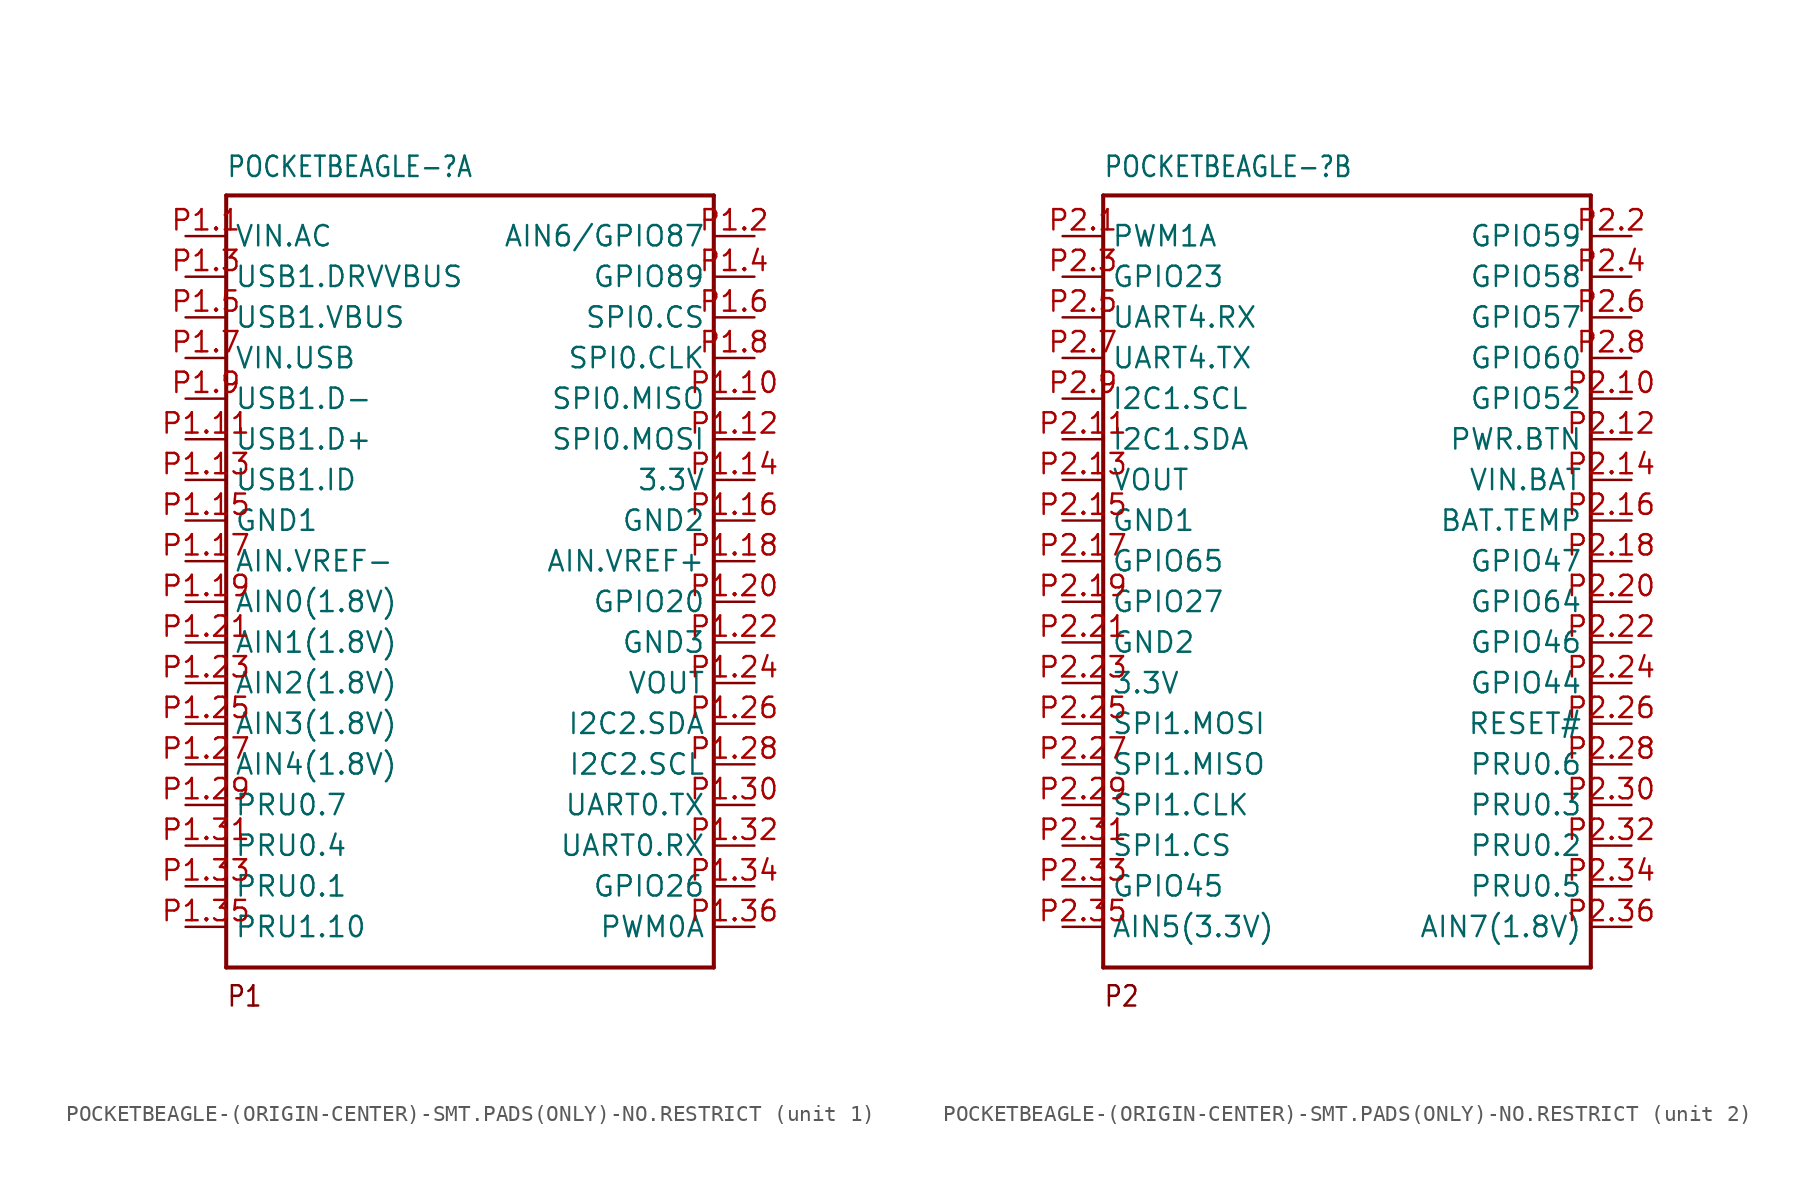
<source format=kicad_sym>
(kicad_symbol_lib
  (version 20231120)
  (generator "kicad_symbol_editor")
  (generator_version "8.0")
  (symbol "POCKETBEAGLE-(ORIGIN-CENTER)-SMT.PADS(ONLY)-NO.RESTRICT"
    (property "Reference" "POCKETBEAGLE-"
      (at -15.24 27.94 0)
      (effects (font (size 1.27 1.079)) (justify left top)))
    (property "ki_locked" ""
      (at 0 0 0)
      (effects (font (size 1.27 1.27))))
    (symbol "POCKETBEAGLE-(ORIGIN-CENTER)-SMT.PADS(ONLY)-NO.RESTRICT_1_0"
      (polyline (pts (xy -15.24 -22.86) (xy -15.24 25.4)) (stroke (width 0.254) (type solid)) (fill (type none)))
      (polyline (pts (xy -15.24 25.4) (xy 15.24 25.4)) (stroke (width 0.254) (type solid)) (fill (type none)))
      (polyline (pts (xy 15.24 -22.86) (xy -15.24 -22.86)) (stroke (width 0.254) (type solid)) (fill (type none)))
      (polyline (pts (xy 15.24 25.4) (xy 15.24 -22.86)) (stroke (width 0.254) (type solid)) (fill (type none)))
      (text "P1" (at -15.24 -25.4 0) (effects (font (size 1.27 1.079)) (justify left bottom)))
      (pin bidirectional line (at -17.78 22.86 0) (length 2.54) (name "VIN.AC" (effects (font (size 1.27 1.27)))) (number "P1.1" (effects (font (size 1.27 1.27)))))
      (pin bidirectional line (at 17.78 12.7 180) (length 2.54) (name "SPI0.MISO" (effects (font (size 1.27 1.27)))) (number "P1.10" (effects (font (size 1.27 1.27)))))
      (pin bidirectional line (at -17.78 10.16 0) (length 2.54) (name "USB1.D+" (effects (font (size 1.27 1.27)))) (number "P1.11" (effects (font (size 1.27 1.27)))))
      (pin bidirectional line (at 17.78 10.16 180) (length 2.54) (name "SPI0.MOSI" (effects (font (size 1.27 1.27)))) (number "P1.12" (effects (font (size 1.27 1.27)))))
      (pin bidirectional line (at -17.78 7.62 0) (length 2.54) (name "USB1.ID" (effects (font (size 1.27 1.27)))) (number "P1.13" (effects (font (size 1.27 1.27)))))
      (pin bidirectional line (at 17.78 7.62 180) (length 2.54) (name "3.3V" (effects (font (size 1.27 1.27)))) (number "P1.14" (effects (font (size 1.27 1.27)))))
      (pin bidirectional line (at -17.78 5.08 0) (length 2.54) (name "GND1" (effects (font (size 1.27 1.27)))) (number "P1.15" (effects (font (size 1.27 1.27)))))
      (pin bidirectional line (at 17.78 5.08 180) (length 2.54) (name "GND2" (effects (font (size 1.27 1.27)))) (number "P1.16" (effects (font (size 1.27 1.27)))))
      (pin bidirectional line (at -17.78 2.54 0) (length 2.54) (name "AIN.VREF-" (effects (font (size 1.27 1.27)))) (number "P1.17" (effects (font (size 1.27 1.27)))))
      (pin bidirectional line (at 17.78 2.54 180) (length 2.54) (name "AIN.VREF+" (effects (font (size 1.27 1.27)))) (number "P1.18" (effects (font (size 1.27 1.27)))))
      (pin bidirectional line (at -17.78 0 0) (length 2.54) (name "AIN0(1.8V)" (effects (font (size 1.27 1.27)))) (number "P1.19" (effects (font (size 1.27 1.27)))))
      (pin bidirectional line (at 17.78 22.86 180) (length 2.54) (name "AIN6/GPIO87" (effects (font (size 1.27 1.27)))) (number "P1.2" (effects (font (size 1.27 1.27)))))
      (pin bidirectional line (at 17.78 0 180) (length 2.54) (name "GPIO20" (effects (font (size 1.27 1.27)))) (number "P1.20" (effects (font (size 1.27 1.27)))))
      (pin bidirectional line (at -17.78 -2.54 0) (length 2.54) (name "AIN1(1.8V)" (effects (font (size 1.27 1.27)))) (number "P1.21" (effects (font (size 1.27 1.27)))))
      (pin bidirectional line (at 17.78 -2.54 180) (length 2.54) (name "GND3" (effects (font (size 1.27 1.27)))) (number "P1.22" (effects (font (size 1.27 1.27)))))
      (pin bidirectional line (at -17.78 -5.08 0) (length 2.54) (name "AIN2(1.8V)" (effects (font (size 1.27 1.27)))) (number "P1.23" (effects (font (size 1.27 1.27)))))
      (pin bidirectional line (at 17.78 -5.08 180) (length 2.54) (name "VOUT" (effects (font (size 1.27 1.27)))) (number "P1.24" (effects (font (size 1.27 1.27)))))
      (pin bidirectional line (at -17.78 -7.62 0) (length 2.54) (name "AIN3(1.8V)" (effects (font (size 1.27 1.27)))) (number "P1.25" (effects (font (size 1.27 1.27)))))
      (pin bidirectional line (at 17.78 -7.62 180) (length 2.54) (name "I2C2.SDA" (effects (font (size 1.27 1.27)))) (number "P1.26" (effects (font (size 1.27 1.27)))))
      (pin bidirectional line (at -17.78 -10.16 0) (length 2.54) (name "AIN4(1.8V)" (effects (font (size 1.27 1.27)))) (number "P1.27" (effects (font (size 1.27 1.27)))))
      (pin bidirectional line (at 17.78 -10.16 180) (length 2.54) (name "I2C2.SCL" (effects (font (size 1.27 1.27)))) (number "P1.28" (effects (font (size 1.27 1.27)))))
      (pin bidirectional line (at -17.78 -12.7 0) (length 2.54) (name "PRU0.7" (effects (font (size 1.27 1.27)))) (number "P1.29" (effects (font (size 1.27 1.27)))))
      (pin bidirectional line (at -17.78 20.32 0) (length 2.54) (name "USB1.DRVVBUS" (effects (font (size 1.27 1.27)))) (number "P1.3" (effects (font (size 1.27 1.27)))))
      (pin bidirectional line (at 17.78 -12.7 180) (length 2.54) (name "UART0.TX" (effects (font (size 1.27 1.27)))) (number "P1.30" (effects (font (size 1.27 1.27)))))
      (pin bidirectional line (at -17.78 -15.24 0) (length 2.54) (name "PRU0.4" (effects (font (size 1.27 1.27)))) (number "P1.31" (effects (font (size 1.27 1.27)))))
      (pin bidirectional line (at 17.78 -15.24 180) (length 2.54) (name "UART0.RX" (effects (font (size 1.27 1.27)))) (number "P1.32" (effects (font (size 1.27 1.27)))))
      (pin bidirectional line (at -17.78 -17.78 0) (length 2.54) (name "PRU0.1" (effects (font (size 1.27 1.27)))) (number "P1.33" (effects (font (size 1.27 1.27)))))
      (pin bidirectional line (at 17.78 -17.78 180) (length 2.54) (name "GPIO26" (effects (font (size 1.27 1.27)))) (number "P1.34" (effects (font (size 1.27 1.27)))))
      (pin bidirectional line (at -17.78 -20.32 0) (length 2.54) (name "PRU1.10" (effects (font (size 1.27 1.27)))) (number "P1.35" (effects (font (size 1.27 1.27)))))
      (pin bidirectional line (at 17.78 -20.32 180) (length 2.54) (name "PWM0A" (effects (font (size 1.27 1.27)))) (number "P1.36" (effects (font (size 1.27 1.27)))))
      (pin bidirectional line (at 17.78 20.32 180) (length 2.54) (name "GPIO89" (effects (font (size 1.27 1.27)))) (number "P1.4" (effects (font (size 1.27 1.27)))))
      (pin bidirectional line (at -17.78 17.78 0) (length 2.54) (name "USB1.VBUS" (effects (font (size 1.27 1.27)))) (number "P1.5" (effects (font (size 1.27 1.27)))))
      (pin bidirectional line (at 17.78 17.78 180) (length 2.54) (name "SPI0.CS" (effects (font (size 1.27 1.27)))) (number "P1.6" (effects (font (size 1.27 1.27)))))
      (pin bidirectional line (at -17.78 15.24 0) (length 2.54) (name "VIN.USB" (effects (font (size 1.27 1.27)))) (number "P1.7" (effects (font (size 1.27 1.27)))))
      (pin bidirectional line (at 17.78 15.24 180) (length 2.54) (name "SPI0.CLK" (effects (font (size 1.27 1.27)))) (number "P1.8" (effects (font (size 1.27 1.27)))))
      (pin bidirectional line (at -17.78 12.7 0) (length 2.54) (name "USB1.D-" (effects (font (size 1.27 1.27)))) (number "P1.9" (effects (font (size 1.27 1.27))))))
    (symbol "POCKETBEAGLE-(ORIGIN-CENTER)-SMT.PADS(ONLY)-NO.RESTRICT_2_0"
      (polyline (pts (xy -15.24 -22.86) (xy -15.24 25.4)) (stroke (width 0.254) (type solid)) (fill (type none)))
      (polyline (pts (xy -15.24 25.4) (xy 15.24 25.4)) (stroke (width 0.254) (type solid)) (fill (type none)))
      (polyline (pts (xy 15.24 -22.86) (xy -15.24 -22.86)) (stroke (width 0.254) (type solid)) (fill (type none)))
      (polyline (pts (xy 15.24 25.4) (xy 15.24 -22.86)) (stroke (width 0.254) (type solid)) (fill (type none)))
      (text "P2" (at -15.24 -25.4 0) (effects (font (size 1.27 1.079)) (justify left bottom)))
      (pin bidirectional line (at -17.78 22.86 0) (length 2.54) (name "PWM1A" (effects (font (size 1.27 1.27)))) (number "P2.1" (effects (font (size 1.27 1.27)))))
      (pin bidirectional line (at 17.78 12.7 180) (length 2.54) (name "GPIO52" (effects (font (size 1.27 1.27)))) (number "P2.10" (effects (font (size 1.27 1.27)))))
      (pin bidirectional line (at -17.78 10.16 0) (length 2.54) (name "I2C1.SDA" (effects (font (size 1.27 1.27)))) (number "P2.11" (effects (font (size 1.27 1.27)))))
      (pin bidirectional line (at 17.78 10.16 180) (length 2.54) (name "PWR.BTN" (effects (font (size 1.27 1.27)))) (number "P2.12" (effects (font (size 1.27 1.27)))))
      (pin bidirectional line (at -17.78 7.62 0) (length 2.54) (name "VOUT" (effects (font (size 1.27 1.27)))) (number "P2.13" (effects (font (size 1.27 1.27)))))
      (pin bidirectional line (at 17.78 7.62 180) (length 2.54) (name "VIN.BAT" (effects (font (size 1.27 1.27)))) (number "P2.14" (effects (font (size 1.27 1.27)))))
      (pin bidirectional line (at -17.78 5.08 0) (length 2.54) (name "GND1" (effects (font (size 1.27 1.27)))) (number "P2.15" (effects (font (size 1.27 1.27)))))
      (pin bidirectional line (at 17.78 5.08 180) (length 2.54) (name "BAT.TEMP" (effects (font (size 1.27 1.27)))) (number "P2.16" (effects (font (size 1.27 1.27)))))
      (pin bidirectional line (at -17.78 2.54 0) (length 2.54) (name "GPIO65" (effects (font (size 1.27 1.27)))) (number "P2.17" (effects (font (size 1.27 1.27)))))
      (pin bidirectional line (at 17.78 2.54 180) (length 2.54) (name "GPIO47" (effects (font (size 1.27 1.27)))) (number "P2.18" (effects (font (size 1.27 1.27)))))
      (pin bidirectional line (at -17.78 0 0) (length 2.54) (name "GPIO27" (effects (font (size 1.27 1.27)))) (number "P2.19" (effects (font (size 1.27 1.27)))))
      (pin bidirectional line (at 17.78 22.86 180) (length 2.54) (name "GPIO59" (effects (font (size 1.27 1.27)))) (number "P2.2" (effects (font (size 1.27 1.27)))))
      (pin bidirectional line (at 17.78 0 180) (length 2.54) (name "GPIO64" (effects (font (size 1.27 1.27)))) (number "P2.20" (effects (font (size 1.27 1.27)))))
      (pin bidirectional line (at -17.78 -2.54 0) (length 2.54) (name "GND2" (effects (font (size 1.27 1.27)))) (number "P2.21" (effects (font (size 1.27 1.27)))))
      (pin bidirectional line (at 17.78 -2.54 180) (length 2.54) (name "GPIO46" (effects (font (size 1.27 1.27)))) (number "P2.22" (effects (font (size 1.27 1.27)))))
      (pin bidirectional line (at -17.78 -5.08 0) (length 2.54) (name "3.3V" (effects (font (size 1.27 1.27)))) (number "P2.23" (effects (font (size 1.27 1.27)))))
      (pin bidirectional line (at 17.78 -5.08 180) (length 2.54) (name "GPIO44" (effects (font (size 1.27 1.27)))) (number "P2.24" (effects (font (size 1.27 1.27)))))
      (pin bidirectional line (at -17.78 -7.62 0) (length 2.54) (name "SPI1.MOSI" (effects (font (size 1.27 1.27)))) (number "P2.25" (effects (font (size 1.27 1.27)))))
      (pin bidirectional line (at 17.78 -7.62 180) (length 2.54) (name "RESET#" (effects (font (size 1.27 1.27)))) (number "P2.26" (effects (font (size 1.27 1.27)))))
      (pin bidirectional line (at -17.78 -10.16 0) (length 2.54) (name "SPI1.MISO" (effects (font (size 1.27 1.27)))) (number "P2.27" (effects (font (size 1.27 1.27)))))
      (pin bidirectional line (at 17.78 -10.16 180) (length 2.54) (name "PRU0.6" (effects (font (size 1.27 1.27)))) (number "P2.28" (effects (font (size 1.27 1.27)))))
      (pin bidirectional line (at -17.78 -12.7 0) (length 2.54) (name "SPI1.CLK" (effects (font (size 1.27 1.27)))) (number "P2.29" (effects (font (size 1.27 1.27)))))
      (pin bidirectional line (at -17.78 20.32 0) (length 2.54) (name "GPIO23" (effects (font (size 1.27 1.27)))) (number "P2.3" (effects (font (size 1.27 1.27)))))
      (pin bidirectional line (at 17.78 -12.7 180) (length 2.54) (name "PRU0.3" (effects (font (size 1.27 1.27)))) (number "P2.30" (effects (font (size 1.27 1.27)))))
      (pin bidirectional line (at -17.78 -15.24 0) (length 2.54) (name "SPI1.CS" (effects (font (size 1.27 1.27)))) (number "P2.31" (effects (font (size 1.27 1.27)))))
      (pin bidirectional line (at 17.78 -15.24 180) (length 2.54) (name "PRU0.2" (effects (font (size 1.27 1.27)))) (number "P2.32" (effects (font (size 1.27 1.27)))))
      (pin bidirectional line (at -17.78 -17.78 0) (length 2.54) (name "GPIO45" (effects (font (size 1.27 1.27)))) (number "P2.33" (effects (font (size 1.27 1.27)))))
      (pin bidirectional line (at 17.78 -17.78 180) (length 2.54) (name "PRU0.5" (effects (font (size 1.27 1.27)))) (number "P2.34" (effects (font (size 1.27 1.27)))))
      (pin bidirectional line (at -17.78 -20.32 0) (length 2.54) (name "AIN5(3.3V)" (effects (font (size 1.27 1.27)))) (number "P2.35" (effects (font (size 1.27 1.27)))))
      (pin bidirectional line (at 17.78 -20.32 180) (length 2.54) (name "AIN7(1.8V)" (effects (font (size 1.27 1.27)))) (number "P2.36" (effects (font (size 1.27 1.27)))))
      (pin bidirectional line (at 17.78 20.32 180) (length 2.54) (name "GPIO58" (effects (font (size 1.27 1.27)))) (number "P2.4" (effects (font (size 1.27 1.27)))))
      (pin bidirectional line (at -17.78 17.78 0) (length 2.54) (name "UART4.RX" (effects (font (size 1.27 1.27)))) (number "P2.5" (effects (font (size 1.27 1.27)))))
      (pin bidirectional line (at 17.78 17.78 180) (length 2.54) (name "GPIO57" (effects (font (size 1.27 1.27)))) (number "P2.6" (effects (font (size 1.27 1.27)))))
      (pin bidirectional line (at -17.78 15.24 0) (length 2.54) (name "UART4.TX" (effects (font (size 1.27 1.27)))) (number "P2.7" (effects (font (size 1.27 1.27)))))
      (pin bidirectional line (at 17.78 15.24 180) (length 2.54) (name "GPIO60" (effects (font (size 1.27 1.27)))) (number "P2.8" (effects (font (size 1.27 1.27)))))
      (pin bidirectional line (at -17.78 12.7 0) (length 2.54) (name "I2C1.SCL" (effects (font (size 1.27 1.27)))) (number "P2.9" (effects (font (size 1.27 1.27))))))))
</source>
